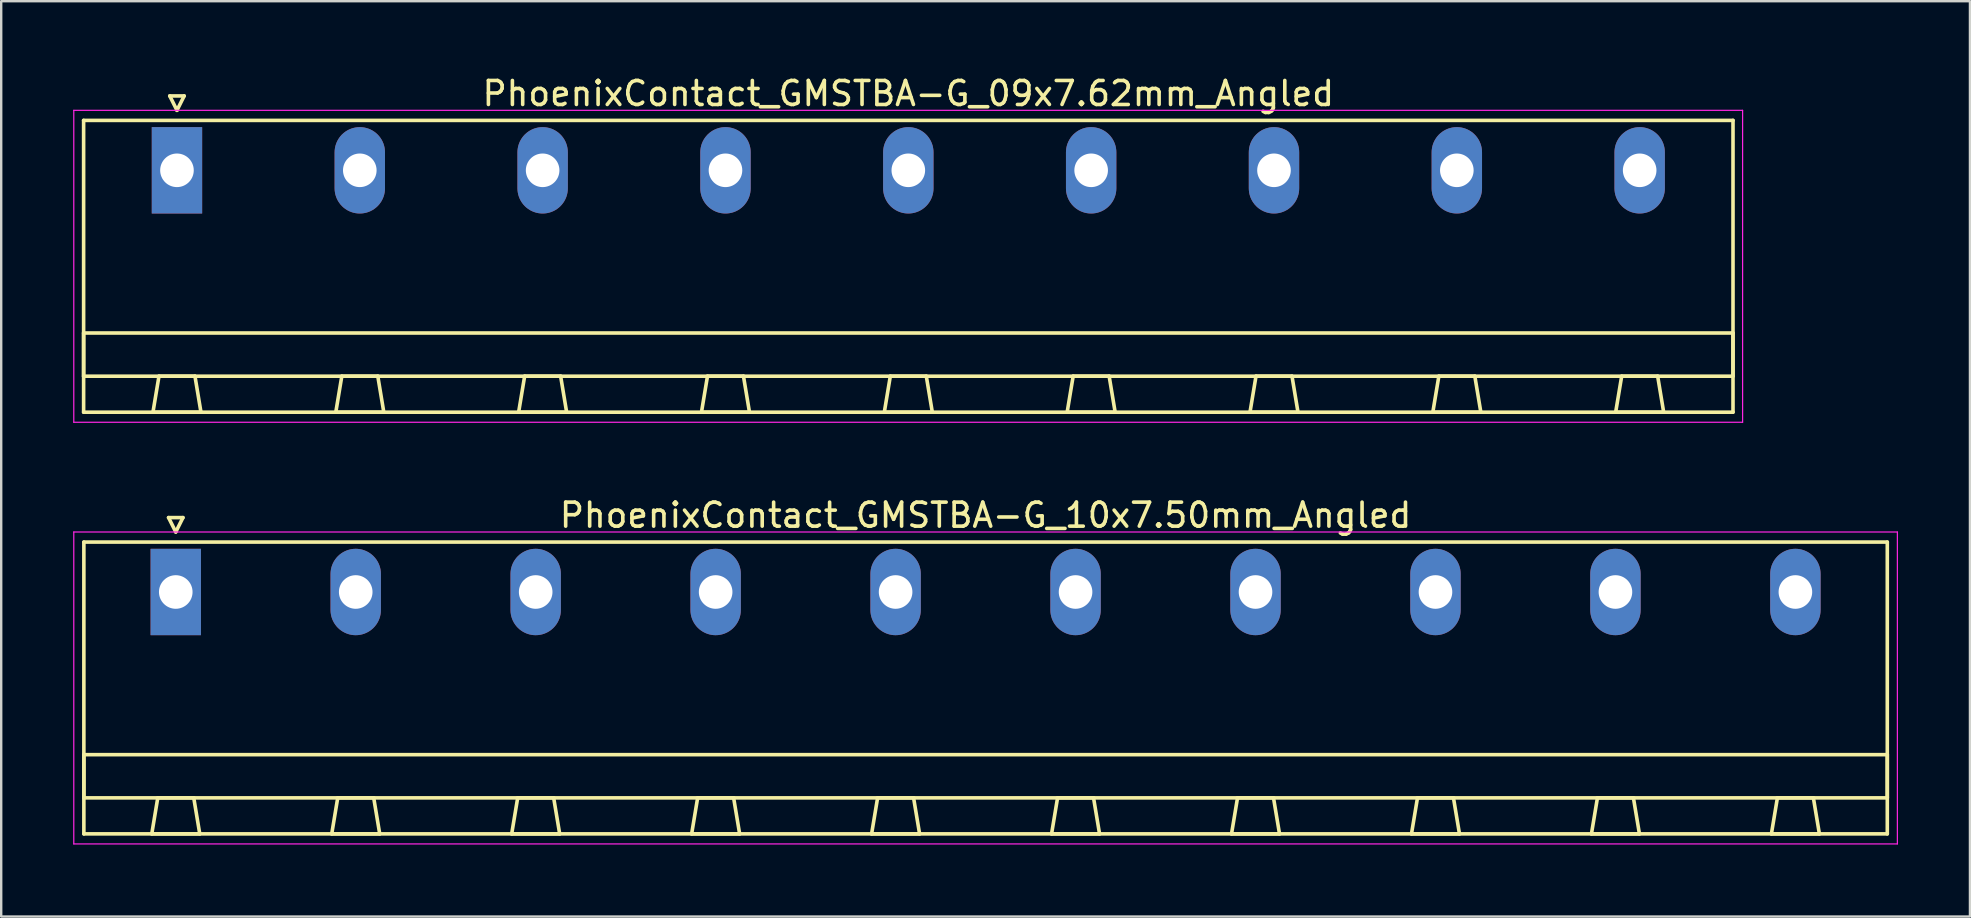
<source format=kicad_pcb>
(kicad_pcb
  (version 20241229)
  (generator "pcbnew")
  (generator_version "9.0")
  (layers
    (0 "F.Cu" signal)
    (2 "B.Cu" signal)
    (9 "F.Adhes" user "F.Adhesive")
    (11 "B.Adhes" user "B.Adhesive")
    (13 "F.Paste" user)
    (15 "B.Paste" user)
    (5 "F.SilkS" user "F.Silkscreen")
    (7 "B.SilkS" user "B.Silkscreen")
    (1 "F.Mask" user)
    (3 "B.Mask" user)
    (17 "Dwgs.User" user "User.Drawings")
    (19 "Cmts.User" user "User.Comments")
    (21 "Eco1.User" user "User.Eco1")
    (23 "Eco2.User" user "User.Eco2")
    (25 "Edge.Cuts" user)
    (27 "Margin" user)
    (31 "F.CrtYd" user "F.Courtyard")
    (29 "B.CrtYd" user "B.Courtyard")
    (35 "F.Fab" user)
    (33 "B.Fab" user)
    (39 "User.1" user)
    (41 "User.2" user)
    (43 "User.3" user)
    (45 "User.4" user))
  (footprint "PhoenixContact_GMSTBA-G_10x7.50mm_Angled"
    (layer "F.Cu")
    (at 4.275 21.622)
    (property "Reference" "PhoenixContact_GMSTBA-G_10x7.50mm_Angled" (at 33.75 -3.2 0) (layer "F.SilkS") (effects (font (size 1 1) (thickness 0.15))))
    (attr through_hole)
    (fp_line (start -3.83 -2.08) (end -3.83 10.08) (stroke (width 0.15) (type solid)) (layer "F.SilkS"))
    (fp_line (start -3.83 6.78) (end 71.33 6.78) (stroke (width 0.15) (type solid)) (layer "F.SilkS"))
    (fp_line (start -3.83 8.58) (end -3.83 6.78) (stroke (width 0.15) (type solid)) (layer "F.SilkS"))
    (fp_line (start -3.83 10.08) (end 71.33 10.08) (stroke (width 0.15) (type solid)) (layer "F.SilkS"))
    (fp_line (start -1 10.08) (end 1 10.08) (stroke (width 0.15) (type solid)) (layer "F.SilkS"))
    (fp_line (start -0.75 8.58) (end -1 10.08) (stroke (width 0.15) (type solid)) (layer "F.SilkS"))
    (fp_line (start -0.3 -3.1) (end 0 -2.5) (stroke (width 0.15) (type solid)) (layer "F.SilkS"))
    (fp_line (start 0 -2.5) (end 0.3 -3.1) (stroke (width 0.15) (type solid)) (layer "F.SilkS"))
    (fp_line (start 0.3 -3.1) (end -0.3 -3.1) (stroke (width 0.15) (type solid)) (layer "F.SilkS"))
    (fp_line (start 0.75 8.58) (end -0.75 8.58) (stroke (width 0.15) (type solid)) (layer "F.SilkS"))
    (fp_line (start 1 10.08) (end 0.75 8.58) (stroke (width 0.15) (type solid)) (layer "F.SilkS"))
    (fp_line (start 6.5 10.08) (end 8.5 10.08) (stroke (width 0.15) (type solid)) (layer "F.SilkS"))
    (fp_line (start 6.75 8.58) (end 6.5 10.08) (stroke (width 0.15) (type solid)) (layer "F.SilkS"))
    (fp_line (start 8.25 8.58) (end 6.75 8.58) (stroke (width 0.15) (type solid)) (layer "F.SilkS"))
    (fp_line (start 8.5 10.08) (end 8.25 8.58) (stroke (width 0.15) (type solid)) (layer "F.SilkS"))
    (fp_line (start 14 10.08) (end 16 10.08) (stroke (width 0.15) (type solid)) (layer "F.SilkS"))
    (fp_line (start 14.25 8.58) (end 14 10.08) (stroke (width 0.15) (type solid)) (layer "F.SilkS"))
    (fp_line (start 15.75 8.58) (end 14.25 8.58) (stroke (width 0.15) (type solid)) (layer "F.SilkS"))
    (fp_line (start 16 10.08) (end 15.75 8.58) (stroke (width 0.15) (type solid)) (layer "F.SilkS"))
    (fp_line (start 21.5 10.08) (end 23.5 10.08) (stroke (width 0.15) (type solid)) (layer "F.SilkS"))
    (fp_line (start 21.75 8.58) (end 21.5 10.08) (stroke (width 0.15) (type solid)) (layer "F.SilkS"))
    (fp_line (start 23.25 8.58) (end 21.75 8.58) (stroke (width 0.15) (type solid)) (layer "F.SilkS"))
    (fp_line (start 23.5 10.08) (end 23.25 8.58) (stroke (width 0.15) (type solid)) (layer "F.SilkS"))
    (fp_line (start 29 10.08) (end 31 10.08) (stroke (width 0.15) (type solid)) (layer "F.SilkS"))
    (fp_line (start 29.25 8.58) (end 29 10.08) (stroke (width 0.15) (type solid)) (layer "F.SilkS"))
    (fp_line (start 30.75 8.58) (end 29.25 8.58) (stroke (width 0.15) (type solid)) (layer "F.SilkS"))
    (fp_line (start 31 10.08) (end 30.75 8.58) (stroke (width 0.15) (type solid)) (layer "F.SilkS"))
    (fp_line (start 36.5 10.08) (end 38.5 10.08) (stroke (width 0.15) (type solid)) (layer "F.SilkS"))
    (fp_line (start 36.75 8.58) (end 36.5 10.08) (stroke (width 0.15) (type solid)) (layer "F.SilkS"))
    (fp_line (start 38.25 8.58) (end 36.75 8.58) (stroke (width 0.15) (type solid)) (layer "F.SilkS"))
    (fp_line (start 38.5 10.08) (end 38.25 8.58) (stroke (width 0.15) (type solid)) (layer "F.SilkS"))
    (fp_line (start 44 10.08) (end 46 10.08) (stroke (width 0.15) (type solid)) (layer "F.SilkS"))
    (fp_line (start 44.25 8.58) (end 44 10.08) (stroke (width 0.15) (type solid)) (layer "F.SilkS"))
    (fp_line (start 45.75 8.58) (end 44.25 8.58) (stroke (width 0.15) (type solid)) (layer "F.SilkS"))
    (fp_line (start 46 10.08) (end 45.75 8.58) (stroke (width 0.15) (type solid)) (layer "F.SilkS"))
    (fp_line (start 51.5 10.08) (end 53.5 10.08) (stroke (width 0.15) (type solid)) (layer "F.SilkS"))
    (fp_line (start 51.75 8.58) (end 51.5 10.08) (stroke (width 0.15) (type solid)) (layer "F.SilkS"))
    (fp_line (start 53.25 8.58) (end 51.75 8.58) (stroke (width 0.15) (type solid)) (layer "F.SilkS"))
    (fp_line (start 53.5 10.08) (end 53.25 8.58) (stroke (width 0.15) (type solid)) (layer "F.SilkS"))
    (fp_line (start 59 10.08) (end 61 10.08) (stroke (width 0.15) (type solid)) (layer "F.SilkS"))
    (fp_line (start 59.25 8.58) (end 59 10.08) (stroke (width 0.15) (type solid)) (layer "F.SilkS"))
    (fp_line (start 60.75 8.58) (end 59.25 8.58) (stroke (width 0.15) (type solid)) (layer "F.SilkS"))
    (fp_line (start 61 10.08) (end 60.75 8.58) (stroke (width 0.15) (type solid)) (layer "F.SilkS"))
    (fp_line (start 66.5 10.08) (end 68.5 10.08) (stroke (width 0.15) (type solid)) (layer "F.SilkS"))
    (fp_line (start 66.75 8.58) (end 66.5 10.08) (stroke (width 0.15) (type solid)) (layer "F.SilkS"))
    (fp_line (start 68.25 8.58) (end 66.75 8.58) (stroke (width 0.15) (type solid)) (layer "F.SilkS"))
    (fp_line (start 68.5 10.08) (end 68.25 8.58) (stroke (width 0.15) (type solid)) (layer "F.SilkS"))
    (fp_line (start 71.33 -2.08) (end -3.83 -2.08) (stroke (width 0.15) (type solid)) (layer "F.SilkS"))
    (fp_line (start 71.33 6.78) (end 71.33 8.58) (stroke (width 0.15) (type solid)) (layer "F.SilkS"))
    (fp_line (start 71.33 8.58) (end -3.83 8.58) (stroke (width 0.15) (type solid)) (layer "F.SilkS"))
    (fp_line (start 71.33 10.08) (end 71.33 -2.08) (stroke (width 0.15) (type solid)) (layer "F.SilkS"))
    (fp_line (start -4.25 -2.5) (end -4.25 10.5) (stroke (width 0.05) (type solid)) (layer "F.CrtYd"))
    (fp_line (start -4.25 10.5) (end 71.75 10.5) (stroke (width 0.05) (type solid)) (layer "F.CrtYd"))
    (fp_line (start 71.75 -2.5) (end -4.25 -2.5) (stroke (width 0.05) (type solid)) (layer "F.CrtYd"))
    (fp_line (start 71.75 10.5) (end 71.75 -2.5) (stroke (width 0.05) (type solid)) (layer "F.CrtYd"))
    (pad "1" thru_hole rect (at 0 0) (size 2.1 3.6) (drill 1.4) (layers "*.Cu" "*.Mask"))
    (pad "2" thru_hole oval (at 7.5 0) (size 2.1 3.6) (drill 1.4) (layers "*.Cu" "*.Mask"))
    (pad "3" thru_hole oval (at 15 0) (size 2.1 3.6) (drill 1.4) (layers "*.Cu" "*.Mask"))
    (pad "4" thru_hole oval (at 22.5 0) (size 2.1 3.6) (drill 1.4) (layers "*.Cu" "*.Mask"))
    (pad "5" thru_hole oval (at 30 0) (size 2.1 3.6) (drill 1.4) (layers "*.Cu" "*.Mask"))
    (pad "6" thru_hole oval (at 37.5 0) (size 2.1 3.6) (drill 1.4) (layers "*.Cu" "*.Mask"))
    (pad "7" thru_hole oval (at 45 0) (size 2.1 3.6) (drill 1.4) (layers "*.Cu" "*.Mask"))
    (pad "8" thru_hole oval (at 52.5 0) (size 2.1 3.6) (drill 1.4) (layers "*.Cu" "*.Mask"))
    (pad "9" thru_hole oval (at 60 0) (size 2.1 3.6) (drill 1.4) (layers "*.Cu" "*.Mask"))
    (pad "10" thru_hole oval (at 67.5 0) (size 2.1 3.6) (drill 1.4) (layers "*.Cu" "*.Mask")))
  (footprint "PhoenixContact_GMSTBA-G_09x7.62mm_Angled"
    (layer "F.Cu")
    (at 4.325 4.048)
    (property "Reference" "PhoenixContact_GMSTBA-G_09x7.62mm_Angled" (at 30.48 -3.2 0) (layer "F.SilkS") (effects (font (size 1 1) (thickness 0.15))))
    (attr through_hole)
    (fp_line (start -3.89 -2.08) (end -3.89 10.08) (stroke (width 0.15) (type solid)) (layer "F.SilkS"))
    (fp_line (start -3.89 6.78) (end 64.85 6.78) (stroke (width 0.15) (type solid)) (layer "F.SilkS"))
    (fp_line (start -3.89 8.58) (end -3.89 6.78) (stroke (width 0.15) (type solid)) (layer "F.SilkS"))
    (fp_line (start -3.89 10.08) (end 64.85 10.08) (stroke (width 0.15) (type solid)) (layer "F.SilkS"))
    (fp_line (start -1 10.08) (end 1 10.08) (stroke (width 0.15) (type solid)) (layer "F.SilkS"))
    (fp_line (start -0.75 8.58) (end -1 10.08) (stroke (width 0.15) (type solid)) (layer "F.SilkS"))
    (fp_line (start -0.3 -3.1) (end 0 -2.5) (stroke (width 0.15) (type solid)) (layer "F.SilkS"))
    (fp_line (start 0 -2.5) (end 0.3 -3.1) (stroke (width 0.15) (type solid)) (layer "F.SilkS"))
    (fp_line (start 0.3 -3.1) (end -0.3 -3.1) (stroke (width 0.15) (type solid)) (layer "F.SilkS"))
    (fp_line (start 0.75 8.58) (end -0.75 8.58) (stroke (width 0.15) (type solid)) (layer "F.SilkS"))
    (fp_line (start 1 10.08) (end 0.75 8.58) (stroke (width 0.15) (type solid)) (layer "F.SilkS"))
    (fp_line (start 6.62 10.08) (end 8.62 10.08) (stroke (width 0.15) (type solid)) (layer "F.SilkS"))
    (fp_line (start 6.87 8.58) (end 6.62 10.08) (stroke (width 0.15) (type solid)) (layer "F.SilkS"))
    (fp_line (start 8.37 8.58) (end 6.87 8.58) (stroke (width 0.15) (type solid)) (layer "F.SilkS"))
    (fp_line (start 8.62 10.08) (end 8.37 8.58) (stroke (width 0.15) (type solid)) (layer "F.SilkS"))
    (fp_line (start 14.24 10.08) (end 16.24 10.08) (stroke (width 0.15) (type solid)) (layer "F.SilkS"))
    (fp_line (start 14.49 8.58) (end 14.24 10.08) (stroke (width 0.15) (type solid)) (layer "F.SilkS"))
    (fp_line (start 15.99 8.58) (end 14.49 8.58) (stroke (width 0.15) (type solid)) (layer "F.SilkS"))
    (fp_line (start 16.24 10.08) (end 15.99 8.58) (stroke (width 0.15) (type solid)) (layer "F.SilkS"))
    (fp_line (start 21.86 10.08) (end 23.86 10.08) (stroke (width 0.15) (type solid)) (layer "F.SilkS"))
    (fp_line (start 22.11 8.58) (end 21.86 10.08) (stroke (width 0.15) (type solid)) (layer "F.SilkS"))
    (fp_line (start 23.61 8.58) (end 22.11 8.58) (stroke (width 0.15) (type solid)) (layer "F.SilkS"))
    (fp_line (start 23.86 10.08) (end 23.61 8.58) (stroke (width 0.15) (type solid)) (layer "F.SilkS"))
    (fp_line (start 29.48 10.08) (end 31.48 10.08) (stroke (width 0.15) (type solid)) (layer "F.SilkS"))
    (fp_line (start 29.73 8.58) (end 29.48 10.08) (stroke (width 0.15) (type solid)) (layer "F.SilkS"))
    (fp_line (start 31.23 8.58) (end 29.73 8.58) (stroke (width 0.15) (type solid)) (layer "F.SilkS"))
    (fp_line (start 31.48 10.08) (end 31.23 8.58) (stroke (width 0.15) (type solid)) (layer "F.SilkS"))
    (fp_line (start 37.1 10.08) (end 39.1 10.08) (stroke (width 0.15) (type solid)) (layer "F.SilkS"))
    (fp_line (start 37.35 8.58) (end 37.1 10.08) (stroke (width 0.15) (type solid)) (layer "F.SilkS"))
    (fp_line (start 38.85 8.58) (end 37.35 8.58) (stroke (width 0.15) (type solid)) (layer "F.SilkS"))
    (fp_line (start 39.1 10.08) (end 38.85 8.58) (stroke (width 0.15) (type solid)) (layer "F.SilkS"))
    (fp_line (start 44.72 10.08) (end 46.72 10.08) (stroke (width 0.15) (type solid)) (layer "F.SilkS"))
    (fp_line (start 44.97 8.58) (end 44.72 10.08) (stroke (width 0.15) (type solid)) (layer "F.SilkS"))
    (fp_line (start 46.47 8.58) (end 44.97 8.58) (stroke (width 0.15) (type solid)) (layer "F.SilkS"))
    (fp_line (start 46.72 10.08) (end 46.47 8.58) (stroke (width 0.15) (type solid)) (layer "F.SilkS"))
    (fp_line (start 52.34 10.08) (end 54.34 10.08) (stroke (width 0.15) (type solid)) (layer "F.SilkS"))
    (fp_line (start 52.59 8.58) (end 52.34 10.08) (stroke (width 0.15) (type solid)) (layer "F.SilkS"))
    (fp_line (start 54.09 8.58) (end 52.59 8.58) (stroke (width 0.15) (type solid)) (layer "F.SilkS"))
    (fp_line (start 54.34 10.08) (end 54.09 8.58) (stroke (width 0.15) (type solid)) (layer "F.SilkS"))
    (fp_line (start 59.96 10.08) (end 61.96 10.08) (stroke (width 0.15) (type solid)) (layer "F.SilkS"))
    (fp_line (start 60.21 8.58) (end 59.96 10.08) (stroke (width 0.15) (type solid)) (layer "F.SilkS"))
    (fp_line (start 61.71 8.58) (end 60.21 8.58) (stroke (width 0.15) (type solid)) (layer "F.SilkS"))
    (fp_line (start 61.96 10.08) (end 61.71 8.58) (stroke (width 0.15) (type solid)) (layer "F.SilkS"))
    (fp_line (start 64.85 -2.08) (end -3.89 -2.08) (stroke (width 0.15) (type solid)) (layer "F.SilkS"))
    (fp_line (start 64.85 6.78) (end 64.85 8.58) (stroke (width 0.15) (type solid)) (layer "F.SilkS"))
    (fp_line (start 64.85 8.58) (end -3.89 8.58) (stroke (width 0.15) (type solid)) (layer "F.SilkS"))
    (fp_line (start 64.85 10.08) (end 64.85 -2.08) (stroke (width 0.15) (type solid)) (layer "F.SilkS"))
    (fp_line (start -4.3 -2.5) (end -4.3 10.5) (stroke (width 0.05) (type solid)) (layer "F.CrtYd"))
    (fp_line (start -4.3 10.5) (end 65.25 10.5) (stroke (width 0.05) (type solid)) (layer "F.CrtYd"))
    (fp_line (start 65.25 -2.5) (end -4.3 -2.5) (stroke (width 0.05) (type solid)) (layer "F.CrtYd"))
    (fp_line (start 65.25 10.5) (end 65.25 -2.5) (stroke (width 0.05) (type solid)) (layer "F.CrtYd"))
    (pad "1" thru_hole rect (at 0 0) (size 2.1 3.6) (drill 1.4) (layers "*.Cu" "*.Mask"))
    (pad "2" thru_hole oval (at 7.62 0) (size 2.1 3.6) (drill 1.4) (layers "*.Cu" "*.Mask"))
    (pad "3" thru_hole oval (at 15.24 0) (size 2.1 3.6) (drill 1.4) (layers "*.Cu" "*.Mask"))
    (pad "4" thru_hole oval (at 22.86 0) (size 2.1 3.6) (drill 1.4) (layers "*.Cu" "*.Mask"))
    (pad "5" thru_hole oval (at 30.48 0) (size 2.1 3.6) (drill 1.4) (layers "*.Cu" "*.Mask"))
    (pad "6" thru_hole oval (at 38.1 0) (size 2.1 3.6) (drill 1.4) (layers "*.Cu" "*.Mask"))
    (pad "7" thru_hole oval (at 45.72 0) (size 2.1 3.6) (drill 1.4) (layers "*.Cu" "*.Mask"))
    (pad "8" thru_hole oval (at 53.34 0) (size 2.1 3.6) (drill 1.4) (layers "*.Cu" "*.Mask"))
    (pad "9" thru_hole oval (at 60.96 0) (size 2.1 3.6) (drill 1.4) (layers "*.Cu" "*.Mask")))
  (gr_rect
    (start -3 -3)
    (end 79.05 35.147)
    (stroke (width 0.1) (type default))
    (fill no)
    (layer "Edge.Cuts")))
</source>
